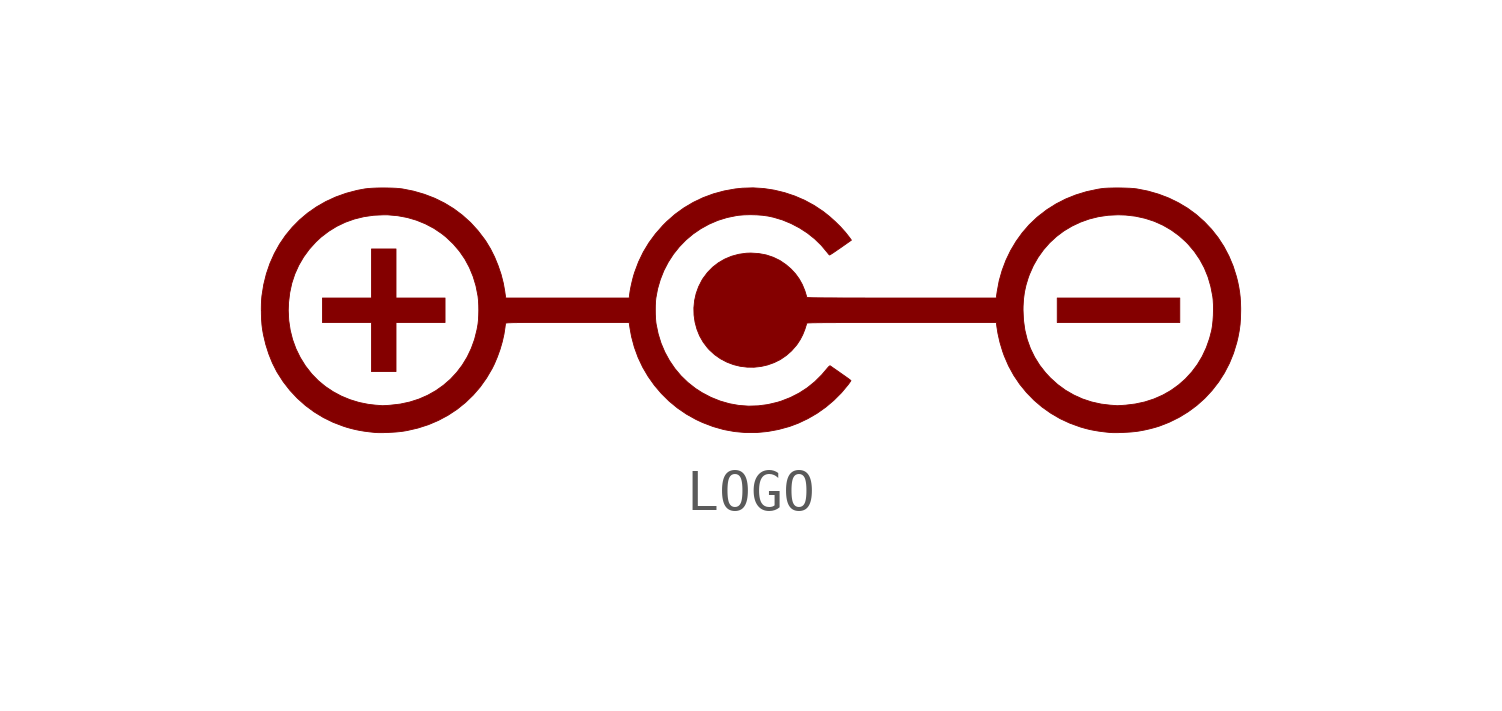
<source format=kicad_sym>
(kicad_symbol_lib
  (version 20210619)
  (generator bitmap2component)
  (symbol "LOGO"
    (pin_names
      (offset 1.016))
    (property "Reference" "#G"
      (at 0 2.366 0)
      (effects (font (size 1.27 1.27)) hide))
    (symbol "LOGO_0_0"
      (polyline (pts (xy -8.966 -2.996) (xy -8.871 -2.992) (xy -8.775 -2.987) (xy -8.683 -2.981) (xy -8.601 -2.973) (xy -8.535 -2.965) (xy -8.424 -2.947) (xy -8.155 -2.885) (xy -7.897 -2.802) (xy -7.651 -2.697) (xy -7.418 -2.572) (xy -7.198 -2.427) (xy -6.993 -2.262) (xy -6.803 -2.079) (xy -6.63 -1.879) (xy -6.475 -1.661) (xy -6.337 -1.426) (xy -6.283 -1.316) (xy -6.209 -1.141) (xy -6.143 -0.957) (xy -6.089 -0.771) (xy -6.048 -0.589) (xy -6.022 -0.419) (xy -6.018 -0.385) (xy -6.012 -0.346) (xy -6.007 -0.322) (xy -6.006 -0.319) (xy -6.001 -0.316) (xy -5.993 -0.313) (xy -5.979 -0.311) (xy -5.958 -0.309) (xy -5.93 -0.307) (xy -5.892 -0.306) (xy -5.844 -0.304) (xy -5.784 -0.303) (xy -5.71 -0.302) (xy -5.623 -0.302) (xy -5.519 -0.301) (xy -5.398 -0.301) (xy -5.259 -0.301) (xy -5.1 -0.3) (xy -4.92 -0.3) (xy -2.981 -0.3) (xy -2.959 -0.447) (xy -2.923 -0.644) (xy -2.854 -0.903) (xy -2.763 -1.153) (xy -2.65 -1.393) (xy -2.516 -1.621) (xy -2.363 -1.837) (xy -2.192 -2.038) (xy -2.003 -2.225) (xy -1.798 -2.394) (xy -1.577 -2.545) (xy -1.342 -2.676) (xy -1.183 -2.75) (xy -0.926 -2.848) (xy -0.665 -2.922) (xy -0.4 -2.971) (xy -0.133 -2.995) (xy 0.137 -2.995) (xy 0.407 -2.97) (xy 0.677 -2.92) (xy 0.947 -2.846) (xy 1.159 -2.767) (xy 1.393 -2.656) (xy 1.619 -2.525) (xy 1.833 -2.374) (xy 2.033 -2.205) (xy 2.217 -2.021) (xy 2.381 -1.824) (xy 2.398 -1.801) (xy 2.425 -1.763) (xy 2.444 -1.735) (xy 2.451 -1.723) (xy 2.446 -1.718) (xy 2.424 -1.701) (xy 2.386 -1.672) (xy 2.334 -1.635) (xy 2.273 -1.592) (xy 2.204 -1.544) (xy 2.158 -1.511) (xy 2.092 -1.465) (xy 2.034 -1.425) (xy 1.988 -1.393) (xy 1.957 -1.371) (xy 1.943 -1.361) (xy 1.934 -1.361) (xy 1.911 -1.378) (xy 1.877 -1.415) (xy 1.829 -1.472) (xy 1.738 -1.579) (xy 1.567 -1.749) (xy 1.382 -1.899) (xy 1.183 -2.028) (xy 0.97 -2.137) (xy 0.742 -2.226) (xy 0.651 -2.254) (xy 0.416 -2.31) (xy 0.179 -2.341) (xy -0.058 -2.348) (xy -0.293 -2.331) (xy -0.526 -2.289) (xy -0.755 -2.223) (xy -0.979 -2.133) (xy -1.196 -2.019) (xy -1.358 -1.915) (xy -1.543 -1.769) (xy -1.712 -1.606) (xy -1.863 -1.426) (xy -1.995 -1.232) (xy -2.108 -1.025) (xy -2.201 -0.806) (xy -2.272 -0.576) (xy -2.321 -0.338) (xy -2.327 -0.297) (xy -2.335 -0.204) (xy -2.34 -0.099) (xy -2.341 0.012) (xy -2.34 0.12) (xy -2.335 0.219) (xy -2.327 0.3) (xy -2.285 0.525) (xy -2.218 0.754) (xy -2.131 0.973) (xy -2.023 1.18) (xy -1.897 1.374) (xy -1.753 1.554) (xy -1.593 1.719) (xy -1.417 1.867) (xy -1.227 1.997) (xy -1.024 2.109) (xy -0.81 2.201) (xy -0.585 2.271) (xy -0.35 2.319) (xy -0.303 2.326) (xy -0.164 2.337) (xy -0.013 2.341) (xy 0.141 2.337) (xy 0.289 2.326) (xy 0.423 2.307) (xy 0.556 2.278) (xy 0.775 2.212) (xy 0.987 2.124) (xy 1.191 2.017) (xy 1.384 1.892) (xy 1.562 1.75) (xy 1.723 1.594) (xy 1.865 1.424) (xy 1.892 1.39) (xy 1.914 1.364) (xy 1.926 1.353) (xy 1.936 1.357) (xy 1.964 1.374) (xy 2.008 1.402) (xy 2.063 1.439) (xy 2.128 1.484) (xy 2.2 1.533) (xy 2.462 1.717) (xy 2.422 1.773) (xy 2.412 1.787) (xy 2.312 1.914) (xy 2.195 2.044) (xy 2.064 2.173) (xy 1.927 2.296) (xy 1.786 2.408) (xy 1.772 2.419) (xy 1.553 2.565) (xy 1.322 2.691) (xy 1.08 2.796) (xy 0.829 2.88) (xy 0.573 2.942) (xy 0.314 2.982) (xy 0.053 2.998) (xy -0.206 2.99) (xy -0.385 2.971) (xy -0.656 2.922) (xy -0.918 2.851) (xy -1.17 2.758) (xy -1.411 2.643) (xy -1.64 2.507) (xy -1.856 2.351) (xy -2.058 2.174) (xy -2.157 2.075) (xy -2.338 1.869) (xy -2.497 1.653) (xy -2.634 1.426) (xy -2.75 1.186) (xy -2.845 0.933) (xy -2.846 0.932) (xy -2.878 0.826) (xy -2.908 0.708) (xy -2.935 0.589) (xy -2.957 0.476) (xy -2.971 0.378) (xy -2.98 0.3) (xy -6.003 0.3) (xy -6.008 0.328) (xy -6.009 0.334) (xy -6.014 0.365) (xy -6.021 0.41) (xy -6.028 0.463) (xy -6.063 0.661) (xy -6.118 0.877) (xy -6.191 1.092) (xy -6.277 1.303) (xy -6.376 1.501) (xy -6.485 1.682) (xy -6.522 1.736) (xy -6.687 1.952) (xy -6.868 2.15) (xy -7.066 2.328) (xy -7.278 2.487) (xy -7.504 2.625) (xy -7.745 2.744) (xy -7.998 2.841) (xy -8.264 2.918) (xy -8.542 2.973) (xy -8.585 2.978) (xy -8.679 2.987) (xy -8.789 2.992) (xy -8.909 2.995) (xy -9.033 2.996) (xy -9.156 2.994) (xy -9.271 2.989) (xy -9.372 2.982) (xy -9.455 2.972) (xy -9.646 2.936) (xy -9.914 2.865) (xy -10.169 2.774) (xy -10.412 2.662) (xy -10.64 2.531) (xy -10.854 2.382) (xy -11.052 2.215) (xy -11.233 2.032) (xy -11.398 1.832) (xy -11.544 1.618) (xy -11.671 1.389) (xy -11.779 1.147) (xy -11.866 0.893) (xy -11.932 0.627) (xy -11.976 0.35) (xy -11.982 0.281) (xy -11.989 0.161) (xy -11.991 0.03) (xy -11.99 -0.003) (xy -11.331 -0.003) (xy -11.324 0.184) (xy -11.295 0.429) (xy -11.244 0.664) (xy -11.17 0.888) (xy -11.073 1.103) (xy -10.955 1.305) (xy -10.815 1.496) (xy -10.654 1.674) (xy -10.528 1.791) (xy -10.342 1.933) (xy -10.144 2.055) (xy -9.933 2.156) (xy -9.711 2.235) (xy -9.479 2.292) (xy -9.238 2.327) (xy -8.989 2.338) (xy -8.894 2.337) (xy -8.652 2.316) (xy -8.416 2.272) (xy -8.188 2.205) (xy -7.97 2.116) (xy -7.762 2.006) (xy -7.567 1.874) (xy -7.459 1.787) (xy -7.289 1.625) (xy -7.137 1.447) (xy -7.005 1.255) (xy -6.894 1.049) (xy -6.803 0.829) (xy -6.733 0.598) (xy -6.685 0.356) (xy -6.683 0.343) (xy -6.672 0.24) (xy -6.666 0.122) (xy -6.664 -0.003) (xy -6.667 -0.128) (xy -6.673 -0.244) (xy -6.684 -0.344) (xy -6.708 -0.477) (xy -6.767 -0.713) (xy -6.848 -0.936) (xy -6.948 -1.146) (xy -7.068 -1.343) (xy -7.205 -1.524) (xy -7.36 -1.69) (xy -7.531 -1.838) (xy -7.716 -1.969) (xy -7.916 -2.082) (xy -8.129 -2.175) (xy -8.353 -2.247) (xy -8.589 -2.298) (xy -8.835 -2.326) (xy -8.856 -2.328) (xy -8.919 -2.332) (xy -8.972 -2.335) (xy -9.011 -2.337) (xy -9.03 -2.337) (xy -9.044 -2.336) (xy -9.079 -2.333) (xy -9.129 -2.329) (xy -9.187 -2.325) (xy -9.371 -2.304) (xy -9.598 -2.258) (xy -9.819 -2.19) (xy -10.032 -2.102) (xy -10.233 -1.994) (xy -10.422 -1.868) (xy -10.595 -1.725) (xy -10.75 -1.567) (xy -10.762 -1.553) (xy -10.911 -1.362) (xy -11.037 -1.159) (xy -11.142 -0.945) (xy -11.224 -0.721) (xy -11.283 -0.489) (xy -11.319 -0.249) (xy -11.331 -0.003) (xy -11.99 -0.003) (xy -11.989 -0.105) (xy -11.984 -0.237) (xy -11.975 -0.359) (xy -11.962 -0.463) (xy -11.938 -0.6) (xy -11.881 -0.839) (xy -11.807 -1.071) (xy -11.719 -1.29) (xy -11.617 -1.492) (xy -11.599 -1.524) (xy -11.454 -1.75) (xy -11.29 -1.961) (xy -11.108 -2.155) (xy -10.911 -2.331) (xy -10.699 -2.488) (xy -10.473 -2.626) (xy -10.235 -2.743) (xy -9.986 -2.838) (xy -9.893 -2.868) (xy -9.788 -2.897) (xy -9.686 -2.922) (xy -9.582 -2.943) (xy -9.47 -2.962) (xy -9.344 -2.978) (xy -9.198 -2.994) (xy -9.188 -2.995) (xy -9.13 -2.997) (xy -9.054 -2.998) (xy -8.966 -2.996)) (stroke (width 0.01)) (fill (type outline)))
      (polyline (pts (xy 9.03 -2.996) (xy 9.125 -2.992) (xy 9.222 -2.987) (xy 9.314 -2.981) (xy 9.396 -2.973) (xy 9.463 -2.965) (xy 9.519 -2.956) (xy 9.647 -2.932) (xy 9.778 -2.902) (xy 9.902 -2.869) (xy 10.011 -2.835) (xy 10.242 -2.745) (xy 10.483 -2.626) (xy 10.709 -2.488) (xy 10.921 -2.331) (xy 11.117 -2.156) (xy 11.295 -1.964) (xy 11.456 -1.757) (xy 11.598 -1.535) (xy 11.72 -1.3) (xy 11.821 -1.052) (xy 11.9 -0.792) (xy 11.931 -0.661) (xy 11.961 -0.504) (xy 11.982 -0.348) (xy 11.993 -0.185) (xy 11.997 -0.006) (xy 11.997 0.049) (xy 11.993 0.191) (xy 11.985 0.319) (xy 11.971 0.441) (xy 11.951 0.565) (xy 11.924 0.697) (xy 11.893 0.822) (xy 11.812 1.08) (xy 11.709 1.326) (xy 11.587 1.558) (xy 11.445 1.777) (xy 11.285 1.98) (xy 11.107 2.168) (xy 10.913 2.34) (xy 10.704 2.494) (xy 10.48 2.629) (xy 10.242 2.746) (xy 9.991 2.842) (xy 9.728 2.918) (xy 9.455 2.972) (xy 9.448 2.973) (xy 9.375 2.982) (xy 9.284 2.988) (xy 9.179 2.992) (xy 9.068 2.995) (xy 8.954 2.996) (xy 8.843 2.994) (xy 8.741 2.991) (xy 8.654 2.986) (xy 8.585 2.978) (xy 8.498 2.964) (xy 8.221 2.905) (xy 7.959 2.825) (xy 7.71 2.725) (xy 7.474 2.604) (xy 7.249 2.462) (xy 7.035 2.297) (xy 7.004 2.271) (xy 6.817 2.093) (xy 6.648 1.898) (xy 6.496 1.687) (xy 6.362 1.462) (xy 6.248 1.225) (xy 6.155 0.978) (xy 6.082 0.722) (xy 6.033 0.459) (xy 6.01 0.3) (xy 3.656 0.3) (xy 3.366 0.3) (xy 3.1 0.3) (xy 2.857 0.3) (xy 2.637 0.301) (xy 2.437 0.301) (xy 2.258 0.301) (xy 2.099 0.302) (xy 1.958 0.303) (xy 1.835 0.303) (xy 1.728 0.304) (xy 1.637 0.305) (xy 1.562 0.306) (xy 1.5 0.307) (xy 1.452 0.309) (xy 1.415 0.31) (xy 1.39 0.312) (xy 1.376 0.314) (xy 1.371 0.316) (xy 1.323 0.475) (xy 1.26 0.629) (xy 1.184 0.766) (xy 1.093 0.892) (xy 0.985 1.009) (xy 0.861 1.116) (xy 0.71 1.219) (xy 0.547 1.298) (xy 0.375 1.355) (xy 0.192 1.389) (xy -0.001 1.401) (xy -0.113 1.397) (xy -0.297 1.371) (xy -0.473 1.323) (xy -0.639 1.254) (xy -0.794 1.164) (xy -0.935 1.055) (xy -1.062 0.926) (xy -1.171 0.78) (xy -1.199 0.735) (xy -1.28 0.576) (xy -1.34 0.409) (xy -1.379 0.235) (xy -1.396 0.059) (xy -1.395 0.006) (xy 6.666 0.006) (xy 6.667 0.093) (xy 6.678 0.277) (xy 6.701 0.449) (xy 6.739 0.619) (xy 6.792 0.793) (xy 6.822 0.876) (xy 6.918 1.093) (xy 7.033 1.294) (xy 7.167 1.481) (xy 7.317 1.652) (xy 7.484 1.806) (xy 7.665 1.942) (xy 7.861 2.059) (xy 8.068 2.157) (xy 8.286 2.235) (xy 8.514 2.292) (xy 8.751 2.327) (xy 8.995 2.338) (xy 9.179 2.332) (xy 9.421 2.304) (xy 9.655 2.252) (xy 9.88 2.179) (xy 10.094 2.083) (xy 10.296 1.966) (xy 10.486 1.828) (xy 10.662 1.67) (xy 10.71 1.62) (xy 10.863 1.439) (xy 10.995 1.245) (xy 11.107 1.038) (xy 11.197 0.817) (xy 11.265 0.584) (xy 11.313 0.338) (xy 11.322 0.26) (xy 11.329 0.14) (xy 11.33 0.009) (xy 11.327 -0.127) (xy 11.318 -0.259) (xy 11.305 -0.381) (xy 11.288 -0.485) (xy 11.235 -0.69) (xy 11.155 -0.917) (xy 11.055 -1.131) (xy 10.935 -1.331) (xy 10.797 -1.514) (xy 10.643 -1.682) (xy 10.472 -1.832) (xy 10.286 -1.965) (xy 10.087 -2.078) (xy 9.874 -2.172) (xy 9.649 -2.245) (xy 9.413 -2.296) (xy 9.167 -2.326) (xy 9.141 -2.327) (xy 9.078 -2.332) (xy 9.024 -2.335) (xy 8.986 -2.337) (xy 8.967 -2.337) (xy 8.951 -2.336) (xy 8.915 -2.333) (xy 8.864 -2.329) (xy 8.806 -2.325) (xy 8.579 -2.298) (xy 8.346 -2.246) (xy 8.121 -2.172) (xy 7.907 -2.075) (xy 7.703 -1.957) (xy 7.512 -1.817) (xy 7.335 -1.657) (xy 7.219 -1.533) (xy 7.073 -1.346) (xy 6.949 -1.147) (xy 6.847 -0.938) (xy 6.768 -0.718) (xy 6.711 -0.487) (xy 6.677 -0.245) (xy 6.666 0.006) (xy -1.395 0.006) (xy -1.392 -0.118) (xy -1.367 -0.292) (xy -1.321 -0.463) (xy -1.256 -0.625) (xy -1.169 -0.778) (xy -1.062 -0.919) (xy -1.017 -0.969) (xy -0.885 -1.089) (xy -0.741 -1.19) (xy -0.588 -1.27) (xy -0.428 -1.331) (xy -0.262 -1.372) (xy -0.093 -1.393) (xy 0.076 -1.395) (xy 0.245 -1.377) (xy 0.41 -1.339) (xy 0.57 -1.282) (xy 0.723 -1.206) (xy 0.865 -1.109) (xy 0.996 -0.994) (xy 1.113 -0.86) (xy 1.139 -0.825) (xy 1.21 -0.715) (xy 1.271 -0.597) (xy 1.323 -0.466) (xy 1.37 -0.316) (xy 1.371 -0.316) (xy 1.377 -0.314) (xy 1.393 -0.312) (xy 1.419 -0.31) (xy 1.457 -0.309) (xy 1.507 -0.307) (xy 1.57 -0.306) (xy 1.648 -0.305) (xy 1.74 -0.304) (xy 1.849 -0.303) (xy 1.974 -0.303) (xy 2.117 -0.302) (xy 2.279 -0.301) (xy 2.461 -0.301) (xy 2.663 -0.301) (xy 2.886 -0.3) (xy 3.132 -0.3) (xy 3.401 -0.3) (xy 6.012 -0.3) (xy 6.027 -0.416) (xy 6.051 -0.566) (xy 6.1 -0.784) (xy 6.167 -1.007) (xy 6.206 -1.116) (xy 6.312 -1.361) (xy 6.439 -1.593) (xy 6.586 -1.811) (xy 6.752 -2.014) (xy 6.934 -2.201) (xy 7.133 -2.371) (xy 7.348 -2.523) (xy 7.576 -2.656) (xy 7.818 -2.768) (xy 8.071 -2.859) (xy 8.106 -2.869) (xy 8.209 -2.898) (xy 8.31 -2.923) (xy 8.414 -2.943) (xy 8.526 -2.962) (xy 8.652 -2.978) (xy 8.798 -2.994) (xy 8.808 -2.995) (xy 8.866 -2.997) (xy 8.941 -2.998) (xy 9.03 -2.996)) (stroke (width 0.01)) (fill (type outline)))
      (polyline (pts (xy -8.692 -0.3) (xy -7.491 -0.3) (xy -7.491 0.3) (xy -8.692 0.3) (xy -8.692 1.501) (xy -9.292 1.501) (xy -9.292 0.3) (xy -10.493 0.3) (xy -10.493 -0.3) (xy -9.292 -0.3) (xy -9.292 -1.501) (xy -8.692 -1.501) (xy -8.692 -0.3)) (stroke (width 0.01)) (fill (type outline)))
      (polyline (pts (xy 10.505 0.3) (xy 7.504 0.3) (xy 7.504 -0.3) (xy 10.505 -0.3) (xy 10.505 0.3)) (stroke (width 0.01)) (fill (type outline))))))
</source>
